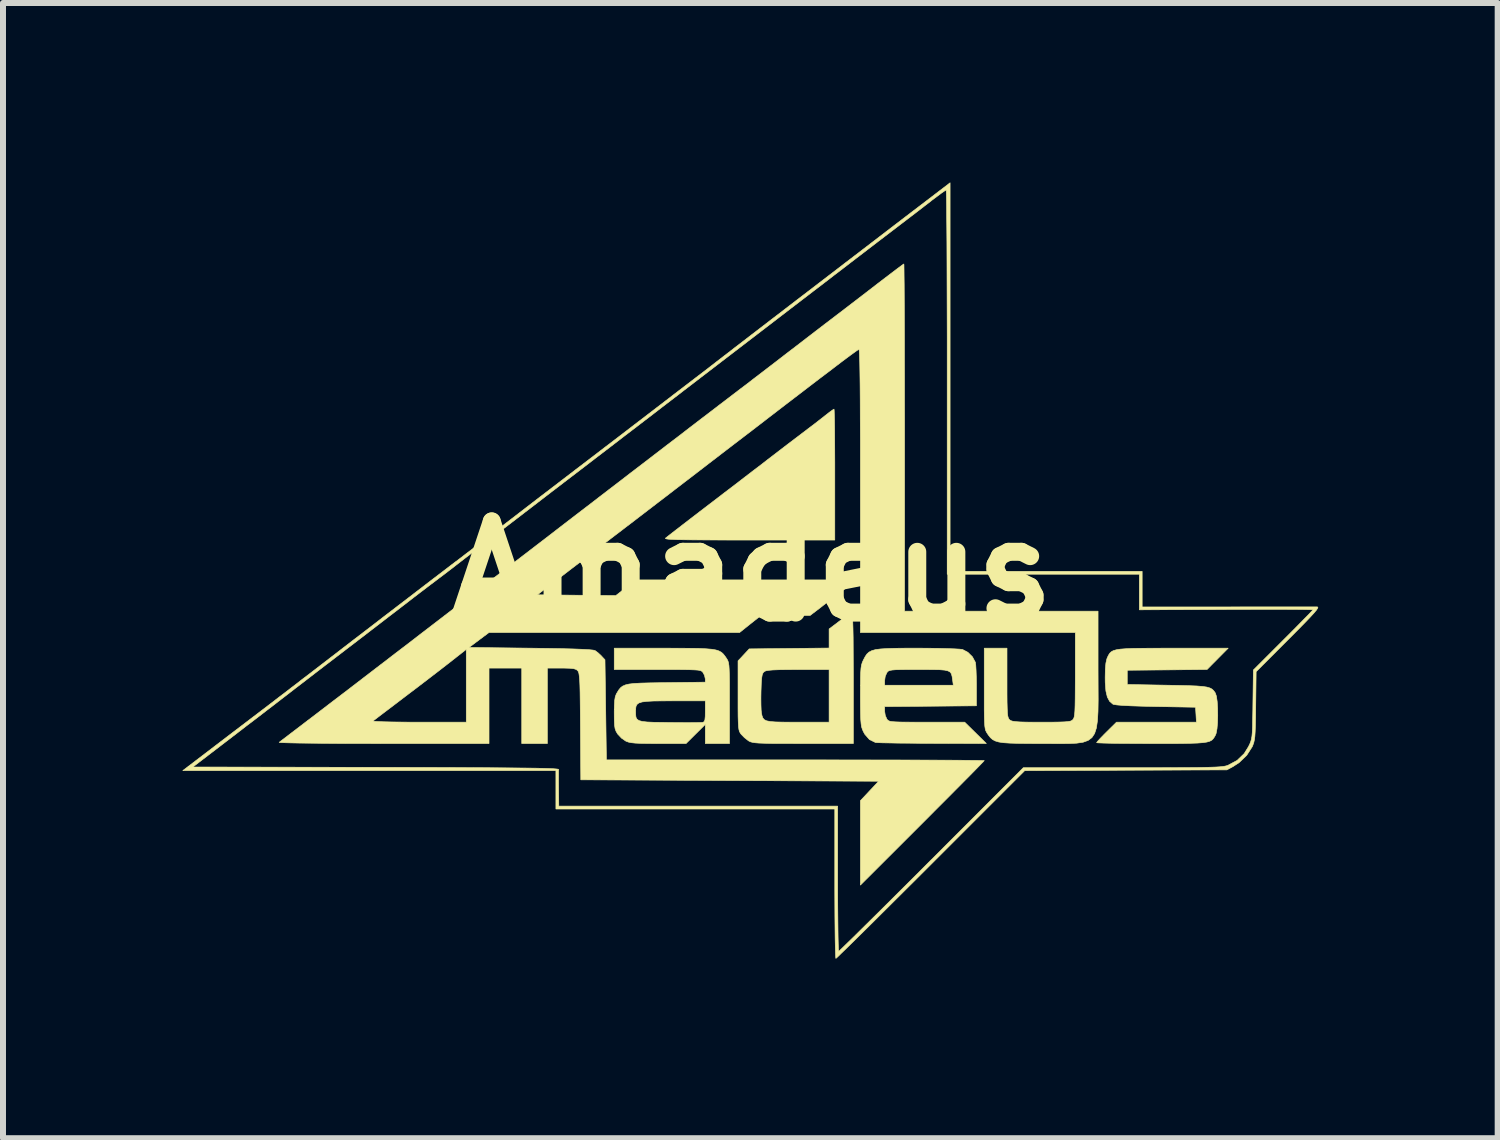
<source format=kicad_pcb>
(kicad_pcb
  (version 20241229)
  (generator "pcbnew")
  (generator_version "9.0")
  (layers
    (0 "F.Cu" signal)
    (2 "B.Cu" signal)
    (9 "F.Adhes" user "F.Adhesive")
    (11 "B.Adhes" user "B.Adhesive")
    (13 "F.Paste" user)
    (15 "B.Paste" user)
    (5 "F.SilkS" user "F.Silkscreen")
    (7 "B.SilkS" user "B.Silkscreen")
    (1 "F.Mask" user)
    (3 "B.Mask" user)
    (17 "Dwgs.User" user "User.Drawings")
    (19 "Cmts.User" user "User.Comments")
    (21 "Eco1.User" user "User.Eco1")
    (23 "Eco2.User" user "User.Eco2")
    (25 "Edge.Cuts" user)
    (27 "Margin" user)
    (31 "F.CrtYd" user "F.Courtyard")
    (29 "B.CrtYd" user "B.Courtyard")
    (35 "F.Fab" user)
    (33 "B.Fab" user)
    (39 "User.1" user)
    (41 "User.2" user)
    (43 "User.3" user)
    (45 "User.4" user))
  (footprint "Amadeus"
    (layer "F.Cu")
    (at 9.523 6.499)
    (property "Reference" "Amadeus" (at 0 0 0) (layer "F.SilkS") (effects (font (size 1.524 1.524) (thickness 0.3))))
    (attr through_hole)
    (fp_poly (pts (xy 1.369 -2.688) (xy 1.371 -2.622) (xy 1.374 -2.518) (xy 1.376 -2.381) (xy 1.377 -2.214) (xy 1.378 -2.024) (xy 1.379 -1.814) (xy 1.379 -1.617) (xy 1.379 -0.523) (xy -0.053 -0.523) (xy -0.354 -0.523) (xy -0.611 -0.524) (xy -0.827 -0.525) (xy -1.005 -0.526) (xy -1.148 -0.528) (xy -1.259 -0.53) (xy -1.342 -0.534) (xy -1.399 -0.537) (xy -1.434 -0.542) (xy -1.45 -0.548) (xy -1.451 -0.555) (xy -1.45 -0.555) (xy -1.424 -0.576) (xy -1.364 -0.623) (xy -1.275 -0.692) (xy -1.161 -0.78) (xy -1.026 -0.884) (xy -0.874 -1.001) (xy -0.709 -1.127) (xy -0.642 -1.178) (xy -0.465 -1.314) (xy -0.29 -1.447) (xy -0.125 -1.574) (xy 0.026 -1.69) (xy 0.158 -1.79) (xy 0.263 -1.872) (xy 0.338 -1.929) (xy 0.348 -1.937) (xy 0.455 -2.019) (xy 0.584 -2.118) (xy 0.717 -2.219) (xy 0.833 -2.307) (xy 0.943 -2.391) (xy 1.053 -2.474) (xy 1.149 -2.549) (xy 1.22 -2.605) (xy 1.227 -2.61) (xy 1.292 -2.661) (xy 1.342 -2.697) (xy 1.366 -2.711) (xy 1.366 -2.711) (xy 1.369 -2.688)) (stroke (width 0.01) (type solid)) (fill yes) (layer "F.SilkS"))
    (fp_poly (pts (xy 1.659 0.668) (xy 1.667 0.695) (xy 1.674 0.75) (xy 1.679 0.835) (xy 1.683 0.954) (xy 1.686 1.108) (xy 1.687 1.302) (xy 1.688 1.539) (xy 1.689 1.772) (xy 1.689 2.878) (xy 0.85 2.878) (xy 0.627 2.877) (xy 0.446 2.877) (xy 0.303 2.876) (xy 0.192 2.873) (xy 0.109 2.87) (xy 0.048 2.865) (xy 0.004 2.858) (xy -0.027 2.85) (xy -0.051 2.839) (xy -0.062 2.833) (xy -0.129 2.781) (xy -0.186 2.723) (xy -0.202 2.7) (xy -0.215 2.675) (xy -0.224 2.641) (xy -0.23 2.592) (xy -0.234 2.522) (xy -0.237 2.423) (xy -0.238 2.291) (xy -0.238 2.119) (xy -0.238 2.117) (xy 0.144 2.117) (xy 0.145 2.228) (xy 0.148 2.316) (xy 0.153 2.366) (xy 0.163 2.414) (xy 0.177 2.451) (xy 0.2 2.479) (xy 0.239 2.498) (xy 0.299 2.51) (xy 0.386 2.517) (xy 0.506 2.52) (xy 0.664 2.521) (xy 0.763 2.521) (xy 1.284 2.521) (xy 1.284 1.641) (xy 0.766 1.641) (xy 0.586 1.642) (xy 0.448 1.644) (xy 0.346 1.648) (xy 0.275 1.654) (xy 0.229 1.662) (xy 0.202 1.674) (xy 0.201 1.675) (xy 0.181 1.695) (xy 0.167 1.726) (xy 0.158 1.777) (xy 0.151 1.856) (xy 0.147 1.973) (xy 0.146 1.996) (xy 0.144 2.117) (xy -0.238 2.117) (xy -0.238 2.077) (xy -0.238 1.496) (xy -0.144 1.396) (xy -0.051 1.296) (xy 0.617 1.289) (xy 1.284 1.282) (xy 1.284 0.963) (xy 1.457 0.832) (xy 1.534 0.773) (xy 1.595 0.723) (xy 1.631 0.691) (xy 1.637 0.684) (xy 1.649 0.665) (xy 1.659 0.668)) (stroke (width 0.01) (type solid)) (fill yes) (layer "F.SilkS"))
    (fp_poly (pts (xy 7.601 1.64) (xy 6.934 1.647) (xy 6.267 1.653) (xy 6.267 1.891) (xy 6.933 1.903) (xy 7.139 1.907) (xy 7.302 1.911) (xy 7.43 1.916) (xy 7.526 1.924) (xy 7.596 1.934) (xy 7.647 1.949) (xy 7.683 1.968) (xy 7.71 1.993) (xy 7.733 2.024) (xy 7.738 2.032) (xy 7.757 2.086) (xy 7.77 2.175) (xy 7.777 2.286) (xy 7.779 2.408) (xy 7.776 2.527) (xy 7.767 2.631) (xy 7.752 2.709) (xy 7.743 2.733) (xy 7.724 2.768) (xy 7.704 2.797) (xy 7.68 2.821) (xy 7.646 2.839) (xy 7.598 2.853) (xy 7.531 2.863) (xy 7.441 2.87) (xy 7.323 2.874) (xy 7.173 2.877) (xy 6.985 2.878) (xy 6.756 2.878) (xy 6.672 2.878) (xy 6.468 2.877) (xy 6.281 2.876) (xy 6.114 2.875) (xy 5.973 2.873) (xy 5.863 2.87) (xy 5.789 2.867) (xy 5.756 2.864) (xy 5.755 2.863) (xy 5.771 2.841) (xy 5.814 2.794) (xy 5.876 2.73) (xy 5.921 2.685) (xy 6.087 2.521) (xy 7.423 2.521) (xy 7.416 2.396) (xy 7.408 2.271) (xy 6.742 2.259) (xy 6.514 2.254) (xy 6.331 2.248) (xy 6.192 2.241) (xy 6.096 2.233) (xy 6.039 2.224) (xy 6.026 2.219) (xy 5.972 2.172) (xy 5.934 2.101) (xy 5.91 1.999) (xy 5.899 1.859) (xy 5.898 1.772) (xy 5.901 1.634) (xy 5.91 1.534) (xy 5.926 1.463) (xy 5.937 1.435) (xy 5.955 1.399) (xy 5.974 1.369) (xy 5.999 1.345) (xy 6.035 1.325) (xy 6.084 1.311) (xy 6.153 1.3) (xy 6.246 1.293) (xy 6.367 1.288) (xy 6.52 1.286) (xy 6.71 1.285) (xy 6.942 1.284) (xy 7.032 1.284) (xy 7.954 1.284) (xy 7.601 1.64)) (stroke (width 0.01) (type solid)) (fill yes) (layer "F.SilkS"))
    (fp_poly (pts (xy 2.938 1.285) (xy 3.105 1.287) (xy 3.253 1.291) (xy 3.375 1.295) (xy 3.464 1.3) (xy 3.513 1.306) (xy 3.516 1.307) (xy 3.603 1.353) (xy 3.679 1.428) (xy 3.727 1.517) (xy 3.729 1.522) (xy 3.735 1.567) (xy 3.74 1.649) (xy 3.744 1.757) (xy 3.746 1.881) (xy 3.746 1.915) (xy 3.746 2.247) (xy 2.979 2.254) (xy 2.212 2.26) (xy 2.212 2.338) (xy 2.223 2.41) (xy 2.249 2.468) (xy 2.261 2.484) (xy 2.277 2.496) (xy 2.301 2.506) (xy 2.34 2.512) (xy 2.399 2.516) (xy 2.485 2.519) (xy 2.601 2.52) (xy 2.755 2.521) (xy 2.918 2.521) (xy 3.55 2.521) (xy 3.912 2.877) (xy 3.009 2.875) (xy 2.804 2.874) (xy 2.614 2.872) (xy 2.442 2.871) (xy 2.296 2.868) (xy 2.179 2.866) (xy 2.099 2.863) (xy 2.06 2.861) (xy 2.058 2.86) (xy 1.959 2.812) (xy 1.881 2.723) (xy 1.856 2.678) (xy 1.84 2.64) (xy 1.827 2.6) (xy 1.819 2.549) (xy 1.813 2.481) (xy 1.81 2.388) (xy 1.808 2.263) (xy 1.807 2.099) (xy 1.807 2.079) (xy 1.808 1.911) (xy 1.809 1.825) (xy 2.212 1.825) (xy 2.212 1.903) (xy 3.36 1.903) (xy 3.347 1.807) (xy 3.339 1.754) (xy 3.328 1.713) (xy 3.308 1.684) (xy 3.272 1.664) (xy 3.216 1.651) (xy 3.132 1.644) (xy 3.015 1.642) (xy 2.859 1.641) (xy 2.781 1.641) (xy 2.616 1.641) (xy 2.491 1.642) (xy 2.401 1.644) (xy 2.34 1.649) (xy 2.3 1.656) (xy 2.275 1.666) (xy 2.259 1.681) (xy 2.249 1.694) (xy 2.222 1.756) (xy 2.212 1.825) (xy 1.809 1.825) (xy 1.809 1.783) (xy 1.812 1.688) (xy 1.817 1.619) (xy 1.825 1.568) (xy 1.837 1.527) (xy 1.853 1.49) (xy 1.861 1.474) (xy 1.888 1.423) (xy 1.916 1.382) (xy 1.951 1.35) (xy 1.997 1.326) (xy 2.06 1.308) (xy 2.145 1.297) (xy 2.257 1.29) (xy 2.402 1.286) (xy 2.586 1.284) (xy 2.759 1.284) (xy 2.938 1.285)) (stroke (width 0.01) (type solid)) (fill yes) (layer "F.SilkS"))
    (fp_poly (pts (xy -1.48 1.284) (xy -1.245 1.285) (xy -1.052 1.286) (xy -0.896 1.288) (xy -0.774 1.294) (xy -0.679 1.302) (xy -0.608 1.314) (xy -0.554 1.332) (xy -0.514 1.354) (xy -0.483 1.383) (xy -0.455 1.419) (xy -0.435 1.448) (xy -0.419 1.473) (xy -0.406 1.499) (xy -0.397 1.532) (xy -0.39 1.577) (xy -0.386 1.641) (xy -0.383 1.729) (xy -0.381 1.847) (xy -0.381 2.001) (xy -0.381 2.196) (xy -0.381 2.878) (xy -0.785 2.878) (xy -0.785 2.558) (xy -0.946 2.718) (xy -1.107 2.878) (xy -1.57 2.878) (xy -1.736 2.877) (xy -1.862 2.875) (xy -1.954 2.871) (xy -2.021 2.864) (xy -2.07 2.854) (xy -2.107 2.84) (xy -2.116 2.836) (xy -2.186 2.787) (xy -2.247 2.722) (xy -2.253 2.714) (xy -2.277 2.673) (xy -2.293 2.629) (xy -2.302 2.57) (xy -2.306 2.487) (xy -2.307 2.369) (xy -2.307 2.339) (xy -1.95 2.339) (xy -1.949 2.396) (xy -1.944 2.439) (xy -1.927 2.471) (xy -1.894 2.494) (xy -1.839 2.509) (xy -1.757 2.518) (xy -1.642 2.523) (xy -1.487 2.525) (xy -1.379 2.527) (xy -1.226 2.528) (xy -1.087 2.529) (xy -0.97 2.528) (xy -0.883 2.527) (xy -0.833 2.525) (xy -0.826 2.524) (xy -0.805 2.512) (xy -0.792 2.482) (xy -0.786 2.423) (xy -0.785 2.34) (xy -0.785 2.164) (xy -1.315 2.164) (xy -1.505 2.165) (xy -1.653 2.167) (xy -1.764 2.173) (xy -1.843 2.183) (xy -1.896 2.2) (xy -1.928 2.225) (xy -1.944 2.259) (xy -1.95 2.303) (xy -1.95 2.339) (xy -2.307 2.339) (xy -2.305 2.245) (xy -2.3 2.158) (xy -2.29 2.097) (xy -2.273 2.051) (xy -2.26 2.029) (xy -2.232 1.983) (xy -2.203 1.947) (xy -2.169 1.92) (xy -2.123 1.899) (xy -2.061 1.884) (xy -1.976 1.874) (xy -1.864 1.868) (xy -1.717 1.864) (xy -1.531 1.861) (xy -1.434 1.86) (xy -0.785 1.852) (xy -0.785 1.799) (xy -0.798 1.739) (xy -0.822 1.694) (xy -0.833 1.679) (xy -0.848 1.667) (xy -0.87 1.658) (xy -0.906 1.651) (xy -0.961 1.647) (xy -1.04 1.644) (xy -1.147 1.642) (xy -1.289 1.641) (xy -1.471 1.641) (xy -1.583 1.641) (xy -2.307 1.641) (xy -2.307 1.284) (xy -1.48 1.284)) (stroke (width 0.01) (type solid)) (fill yes) (layer "F.SilkS"))
    (fp_poly (pts (xy 2.535 -5.114) (xy 2.536 -5.046) (xy 2.537 -4.936) (xy 2.539 -4.787) (xy 2.54 -4.603) (xy 2.541 -4.385) (xy 2.542 -4.137) (xy 2.543 -3.861) (xy 2.543 -3.561) (xy 2.544 -3.239) (xy 2.544 -2.899) (xy 2.545 -2.543) (xy 2.545 -2.236) (xy 2.545 0.666) (xy 5.779 0.666) (xy 5.779 1.649) (xy 5.78 1.923) (xy 5.781 2.153) (xy 5.778 2.343) (xy 5.769 2.496) (xy 5.751 2.618) (xy 5.721 2.711) (xy 5.676 2.779) (xy 5.613 2.826) (xy 5.529 2.856) (xy 5.421 2.872) (xy 5.287 2.878) (xy 5.123 2.879) (xy 4.927 2.878) (xy 4.828 2.878) (xy 4.613 2.877) (xy 4.44 2.875) (xy 4.303 2.871) (xy 4.198 2.864) (xy 4.119 2.852) (xy 4.059 2.834) (xy 4.015 2.81) (xy 3.98 2.779) (xy 3.948 2.739) (xy 3.931 2.714) (xy 3.915 2.689) (xy 3.902 2.663) (xy 3.893 2.63) (xy 3.886 2.585) (xy 3.882 2.521) (xy 3.879 2.433) (xy 3.877 2.315) (xy 3.877 2.161) (xy 3.877 1.966) (xy 3.877 1.284) (xy 4.257 1.284) (xy 4.257 1.863) (xy 4.257 2.045) (xy 4.258 2.186) (xy 4.261 2.29) (xy 4.264 2.365) (xy 4.27 2.416) (xy 4.279 2.449) (xy 4.29 2.47) (xy 4.301 2.482) (xy 4.321 2.495) (xy 4.353 2.505) (xy 4.403 2.512) (xy 4.477 2.517) (xy 4.581 2.52) (xy 4.723 2.521) (xy 4.832 2.521) (xy 4.998 2.521) (xy 5.122 2.519) (xy 5.213 2.516) (xy 5.275 2.511) (xy 5.316 2.504) (xy 5.341 2.493) (xy 5.359 2.478) (xy 5.359 2.477) (xy 5.371 2.46) (xy 5.38 2.434) (xy 5.387 2.392) (xy 5.392 2.33) (xy 5.395 2.243) (xy 5.397 2.126) (xy 5.398 1.972) (xy 5.399 1.777) (xy 5.399 1.728) (xy 5.399 1.023) (xy 1.807 1.023) (xy 1.807 -1.344) (xy 1.807 -1.789) (xy 1.807 -2.188) (xy 1.805 -2.542) (xy 1.804 -2.849) (xy 1.802 -3.109) (xy 1.799 -3.323) (xy 1.796 -3.491) (xy 1.792 -3.611) (xy 1.788 -3.684) (xy 1.784 -3.71) (xy 1.784 -3.71) (xy 1.776 -3.707) (xy 1.761 -3.698) (xy 1.736 -3.681) (xy 1.7 -3.655) (xy 1.65 -3.619) (xy 1.584 -3.57) (xy 1.501 -3.508) (xy 1.4 -3.431) (xy 1.277 -3.337) (xy 1.131 -3.227) (xy 0.961 -3.097) (xy 0.764 -2.946) (xy 0.539 -2.774) (xy 0.284 -2.578) (xy -0.003 -2.357) (xy -0.325 -2.111) (xy -0.682 -1.837) (xy -0.69 -1.831) (xy -0.925 -1.65) (xy -1.126 -1.496) (xy -1.297 -1.365) (xy -1.442 -1.253) (xy -1.564 -1.16) (xy -1.668 -1.08) (xy -1.757 -1.012) (xy -1.835 -0.952) (xy -1.906 -0.898) (xy -1.973 -0.846) (xy -2.041 -0.794) (xy -2.114 -0.739) (xy -2.164 -0.7) (xy -2.301 -0.596) (xy -2.454 -0.479) (xy -2.606 -0.362) (xy -2.741 -0.259) (xy -2.774 -0.234) (xy -2.905 -0.133) (xy -3.052 -0.021) (xy -3.196 0.09) (xy -3.321 0.185) (xy -3.328 0.19) (xy -3.592 0.392) (xy -2.937 0.399) (xy -2.281 0.405) (xy -2.113 0.274) (xy -1.945 0.143) (xy 1.742 0.143) (xy 1.519 0.314) (xy 1.41 0.398) (xy 1.293 0.487) (xy 1.187 0.568) (xy 1.132 0.611) (xy 0.967 0.737) (xy 0.146 0.737) (xy -0.034 0.88) (xy -0.213 1.023) (xy -4.401 1.023) (xy -4.568 1.148) (xy -4.734 1.272) (xy -3.705 1.284) (xy -3.422 1.288) (xy -3.185 1.292) (xy -2.992 1.297) (xy -2.841 1.303) (xy -2.731 1.309) (xy -2.661 1.316) (xy -2.628 1.324) (xy -2.628 1.324) (xy -2.579 1.36) (xy -2.524 1.411) (xy -2.521 1.415) (xy -2.462 1.478) (xy -2.45 2.315) (xy -2.438 3.151) (xy 0.719 3.151) (xy 1.103 3.151) (xy 1.473 3.152) (xy 1.827 3.152) (xy 2.162 3.153) (xy 2.475 3.153) (xy 2.764 3.154) (xy 3.026 3.155) (xy 3.258 3.156) (xy 3.458 3.157) (xy 3.622 3.159) (xy 3.747 3.16) (xy 3.832 3.161) (xy 3.873 3.163) (xy 3.877 3.163) (xy 3.86 3.182) (xy 3.813 3.231) (xy 3.738 3.308) (xy 3.638 3.41) (xy 3.516 3.533) (xy 3.374 3.676) (xy 3.216 3.835) (xy 3.044 4.007) (xy 2.862 4.19) (xy 2.842 4.21) (xy 1.807 5.244) (xy 1.807 3.833) (xy 1.96 3.67) (xy 2.112 3.508) (xy -0.377 3.496) (xy -2.866 3.484) (xy -2.872 2.594) (xy -2.874 2.362) (xy -2.876 2.172) (xy -2.878 2.022) (xy -2.881 1.904) (xy -2.885 1.816) (xy -2.891 1.753) (xy -2.897 1.709) (xy -2.905 1.681) (xy -2.915 1.664) (xy -2.917 1.66) (xy -2.943 1.64) (xy -2.983 1.627) (xy -3.046 1.62) (xy -3.144 1.617) (xy -3.191 1.617) (xy -3.425 1.617) (xy -3.425 2.878) (xy -3.853 2.878) (xy -3.853 1.617) (xy -4.4 1.617) (xy -4.4 2.878) (xy -6.164 2.878) (xy -6.449 2.877) (xy -6.718 2.877) (xy -6.97 2.876) (xy -7.199 2.874) (xy -7.402 2.872) (xy -7.576 2.87) (xy -7.717 2.867) (xy -7.822 2.864) (xy -7.886 2.861) (xy -7.907 2.858) (xy -7.907 2.858) (xy -7.881 2.837) (xy -7.824 2.794) (xy -7.743 2.732) (xy -7.645 2.657) (xy -7.575 2.604) (xy -7.467 2.521) (xy -7.44 2.501) (xy -6.337 2.501) (xy -6.32 2.506) (xy -6.26 2.51) (xy -6.163 2.514) (xy -6.035 2.517) (xy -5.881 2.519) (xy -5.705 2.521) (xy -5.57 2.521) (xy -4.78 2.521) (xy -4.78 1.304) (xy -4.929 1.421) (xy -5.055 1.52) (xy -5.212 1.642) (xy -5.393 1.781) (xy -5.59 1.932) (xy -5.796 2.088) (xy -5.969 2.22) (xy -6.081 2.305) (xy -6.18 2.38) (xy -6.26 2.441) (xy -6.315 2.483) (xy -6.337 2.501) (xy -7.44 2.501) (xy -7.331 2.418) (xy -7.177 2.3) (xy -7.014 2.175) (xy -6.851 2.051) (xy -6.754 1.977) (xy -6.607 1.864) (xy -6.461 1.752) (xy -6.324 1.647) (xy -6.203 1.554) (xy -6.107 1.481) (xy -6.053 1.439) (xy -5.966 1.372) (xy -5.853 1.286) (xy -5.726 1.189) (xy -5.598 1.09) (xy -5.541 1.046) (xy -5.318 0.875) (xy -5.098 0.706) (xy -4.888 0.545) (xy -4.693 0.396) (xy -4.519 0.263) (xy -4.372 0.15) (xy -4.269 0.072) (xy -4.213 0.029) (xy -4.16 -0.011) (xy -4.107 -0.051) (xy -4.05 -0.095) (xy -3.987 -0.143) (xy -3.914 -0.199) (xy -3.828 -0.265) (xy -3.726 -0.343) (xy -3.604 -0.437) (xy -3.459 -0.548) (xy -3.288 -0.68) (xy -3.088 -0.834) (xy -2.855 -1.013) (xy -2.699 -1.132) (xy -2.558 -1.241) (xy -2.398 -1.364) (xy -2.22 -1.5) (xy -2.031 -1.646) (xy -1.833 -1.797) (xy -1.63 -1.953) (xy -1.427 -2.109) (xy -1.226 -2.262) (xy -1.033 -2.411) (xy -0.85 -2.551) (xy -0.681 -2.68) (xy -0.531 -2.795) (xy -0.402 -2.893) (xy -0.3 -2.971) (xy -0.227 -3.027) (xy -0.189 -3.056) (xy -0.187 -3.057) (xy -0.154 -3.082) (xy -0.088 -3.132) (xy 0.006 -3.205) (xy 0.124 -3.295) (xy 0.261 -3.4) (xy 0.412 -3.516) (xy 0.571 -3.639) (xy 0.74 -3.768) (xy 0.906 -3.896) (xy 1.062 -4.016) (xy 1.204 -4.125) (xy 1.325 -4.217) (xy 1.419 -4.289) (xy 1.472 -4.329) (xy 1.554 -4.392) (xy 1.665 -4.477) (xy 1.794 -4.576) (xy 1.933 -4.683) (xy 2.072 -4.79) (xy 2.099 -4.811) (xy 2.222 -4.905) (xy 2.331 -4.988) (xy 2.422 -5.057) (xy 2.489 -5.107) (xy 2.527 -5.134) (xy 2.533 -5.137) (xy 2.535 -5.114)) (stroke (width 0.01) (type solid)) (fill yes) (layer "F.SilkS"))
    (fp_poly (pts (xy 3.306 0) (xy 6.516 0) (xy 6.516 0.595) (xy 7.949 0.595) (xy 8.208 0.594) (xy 8.453 0.594) (xy 8.681 0.594) (xy 8.887 0.594) (xy 9.067 0.594) (xy 9.217 0.594) (xy 9.333 0.594) (xy 9.409 0.594) (xy 9.442 0.594) (xy 9.453 0.599) (xy 9.45 0.615) (xy 9.43 0.646) (xy 9.389 0.695) (xy 9.325 0.765) (xy 9.236 0.858) (xy 9.118 0.978) (xy 8.969 1.128) (xy 8.961 1.136) (xy 8.421 1.677) (xy 8.414 2.247) (xy 8.412 2.429) (xy 8.409 2.57) (xy 8.405 2.676) (xy 8.4 2.756) (xy 8.392 2.815) (xy 8.382 2.861) (xy 8.368 2.901) (xy 8.355 2.932) (xy 8.264 3.074) (xy 8.137 3.196) (xy 8.033 3.264) (xy 7.932 3.318) (xy 6.242 3.324) (xy 4.553 3.331) (xy 2.984 4.9) (xy 2.757 5.127) (xy 2.54 5.343) (xy 2.334 5.548) (xy 2.143 5.738) (xy 1.968 5.912) (xy 1.812 6.066) (xy 1.677 6.199) (xy 1.566 6.308) (xy 1.481 6.39) (xy 1.425 6.445) (xy 1.399 6.468) (xy 1.397 6.469) (xy 1.394 6.446) (xy 1.391 6.38) (xy 1.388 6.275) (xy 1.385 6.135) (xy 1.383 5.966) (xy 1.381 5.771) (xy 1.38 5.555) (xy 1.379 5.322) (xy 1.379 5.22) (xy 1.379 3.972) (xy -3.282 3.972) (xy -3.282 3.33) (xy -9.518 3.33) (xy -9.439 3.27) (xy -9.35 3.27) (xy -6.291 3.276) (xy -5.831 3.277) (xy -5.416 3.278) (xy -5.044 3.279) (xy -4.714 3.281) (xy -4.424 3.282) (xy -4.171 3.284) (xy -3.953 3.286) (xy -3.768 3.288) (xy -3.615 3.29) (xy -3.491 3.293) (xy -3.394 3.296) (xy -3.322 3.299) (xy -3.273 3.303) (xy -3.245 3.307) (xy -3.236 3.312) (xy -3.236 3.312) (xy -3.238 3.346) (xy -3.238 3.417) (xy -3.238 3.516) (xy -3.237 3.63) (xy -3.237 3.633) (xy -3.234 3.924) (xy 1.427 3.924) (xy 1.427 5.137) (xy 1.427 5.372) (xy 1.428 5.592) (xy 1.43 5.793) (xy 1.432 5.97) (xy 1.434 6.118) (xy 1.437 6.233) (xy 1.44 6.312) (xy 1.444 6.348) (xy 1.445 6.35) (xy 1.464 6.334) (xy 1.514 6.286) (xy 1.593 6.209) (xy 1.699 6.106) (xy 1.828 5.978) (xy 1.979 5.829) (xy 2.15 5.66) (xy 2.337 5.474) (xy 2.539 5.273) (xy 2.753 5.06) (xy 2.976 4.836) (xy 2.997 4.816) (xy 4.53 3.282) (xy 6.189 3.282) (xy 6.513 3.282) (xy 6.793 3.282) (xy 7.033 3.281) (xy 7.235 3.28) (xy 7.404 3.279) (xy 7.542 3.277) (xy 7.653 3.274) (xy 7.741 3.271) (xy 7.809 3.267) (xy 7.861 3.262) (xy 7.899 3.256) (xy 7.928 3.249) (xy 7.949 3.242) (xy 8.103 3.16) (xy 8.222 3.045) (xy 8.293 2.93) (xy 8.314 2.887) (xy 8.33 2.848) (xy 8.342 2.806) (xy 8.351 2.755) (xy 8.357 2.687) (xy 8.361 2.596) (xy 8.363 2.475) (xy 8.366 2.316) (xy 8.367 2.222) (xy 8.375 1.649) (xy 8.872 1.152) (xy 8.998 1.026) (xy 9.112 0.911) (xy 9.21 0.811) (xy 9.289 0.731) (xy 9.343 0.674) (xy 9.369 0.645) (xy 9.37 0.642) (xy 9.347 0.64) (xy 9.281 0.639) (xy 9.175 0.637) (xy 9.033 0.636) (xy 8.861 0.635) (xy 8.661 0.635) (xy 8.438 0.635) (xy 8.196 0.636) (xy 7.939 0.636) (xy 7.92 0.637) (xy 6.469 0.643) (xy 6.469 0.048) (xy 3.258 0.048) (xy 3.258 -3.163) (xy 3.258 -3.55) (xy 3.258 -3.923) (xy 3.257 -4.28) (xy 3.256 -4.619) (xy 3.255 -4.936) (xy 3.254 -5.229) (xy 3.253 -5.494) (xy 3.251 -5.73) (xy 3.249 -5.934) (xy 3.248 -6.102) (xy 3.246 -6.232) (xy 3.244 -6.321) (xy 3.241 -6.367) (xy 3.24 -6.373) (xy 3.216 -6.359) (xy 3.162 -6.322) (xy 3.086 -6.265) (xy 2.995 -6.197) (xy 2.985 -6.188) (xy 2.882 -6.109) (xy 2.754 -6.01) (xy 2.614 -5.903) (xy 2.475 -5.797) (xy 2.402 -5.741) (xy 2.259 -5.632) (xy 2.098 -5.509) (xy 1.936 -5.385) (xy 1.789 -5.272) (xy 1.736 -5.232) (xy 1.64 -5.158) (xy 1.514 -5.061) (xy 1.363 -4.946) (xy 1.196 -4.817) (xy 1.019 -4.682) (xy 0.839 -4.544) (xy 0.702 -4.439) (xy 0.165 -4.027) (xy -0.341 -3.639) (xy -0.824 -3.269) (xy -1.15 -3.019) (xy -1.244 -2.946) (xy -1.367 -2.852) (xy -1.511 -2.742) (xy -1.665 -2.623) (xy -1.822 -2.503) (xy -1.926 -2.423) (xy -2.145 -2.256) (xy -2.376 -2.078) (xy -2.617 -1.894) (xy -2.863 -1.705) (xy -3.109 -1.517) (xy -3.352 -1.331) (xy -3.586 -1.151) (xy -3.809 -0.98) (xy -4.016 -0.821) (xy -4.202 -0.679) (xy -4.363 -0.555) (xy -4.496 -0.454) (xy -4.595 -0.378) (xy -4.602 -0.372) (xy -4.713 -0.287) (xy -4.812 -0.211) (xy -4.893 -0.148) (xy -4.949 -0.105) (xy -4.971 -0.088) (xy -5.002 -0.063) (xy -5.064 -0.016) (xy -5.146 0.047) (xy -5.242 0.119) (xy -5.256 0.13) (xy -5.382 0.225) (xy -5.525 0.334) (xy -5.665 0.441) (xy -5.755 0.511) (xy -5.831 0.569) (xy -5.938 0.652) (xy -6.072 0.754) (xy -6.225 0.872) (xy -6.393 1.001) (xy -6.57 1.137) (xy -6.749 1.274) (xy -6.778 1.296) (xy -6.953 1.43) (xy -7.123 1.56) (xy -7.282 1.682) (xy -7.426 1.793) (xy -7.548 1.887) (xy -7.645 1.961) (xy -7.71 2.012) (xy -7.721 2.02) (xy -7.779 2.065) (xy -7.869 2.134) (xy -7.986 2.225) (xy -8.125 2.331) (xy -8.279 2.45) (xy -8.445 2.576) (xy -8.615 2.707) (xy -8.62 2.711) (xy -9.35 3.27) (xy -9.439 3.27) (xy -8.713 2.716) (xy -8.533 2.579) (xy -8.357 2.445) (xy -8.19 2.318) (xy -8.038 2.202) (xy -7.907 2.101) (xy -7.8 2.02) (xy -7.725 1.962) (xy -7.706 1.947) (xy -7.628 1.888) (xy -7.519 1.803) (xy -7.382 1.699) (xy -7.225 1.578) (xy -7.052 1.445) (xy -6.869 1.304) (xy -6.682 1.16) (xy -6.495 1.017) (xy -6.315 0.879) (xy -6.148 0.75) (xy -5.997 0.635) (xy -5.922 0.577) (xy -5.787 0.474) (xy -5.64 0.361) (xy -5.494 0.249) (xy -5.366 0.151) (xy -5.331 0.124) (xy -5.222 0.041) (xy -5.117 -0.039) (xy -5.026 -0.109) (xy -4.959 -0.16) (xy -4.95 -0.166) (xy -4.913 -0.194) (xy -4.858 -0.236) (xy -4.783 -0.294) (xy -4.685 -0.368) (xy -4.563 -0.462) (xy -4.414 -0.577) (xy -4.236 -0.714) (xy -4.026 -0.875) (xy -3.782 -1.063) (xy -3.605 -1.199) (xy -3.543 -1.247) (xy -3.452 -1.316) (xy -3.345 -1.398) (xy -3.231 -1.485) (xy -3.187 -1.519) (xy -2.948 -1.702) (xy -2.703 -1.889) (xy -2.456 -2.078) (xy -2.211 -2.265) (xy -1.97 -2.45) (xy -1.736 -2.629) (xy -1.514 -2.799) (xy -1.306 -2.959) (xy -1.115 -3.105) (xy -0.944 -3.236) (xy -0.797 -3.348) (xy -0.678 -3.44) (xy -0.589 -3.509) (xy -0.533 -3.552) (xy -0.523 -3.56) (xy -0.475 -3.597) (xy -0.394 -3.659) (xy -0.286 -3.743) (xy -0.154 -3.844) (xy -0.005 -3.959) (xy 0.157 -4.083) (xy 0.327 -4.214) (xy 0.36 -4.239) (xy 0.548 -4.383) (xy 0.743 -4.533) (xy 0.938 -4.682) (xy 1.126 -4.826) (xy 1.297 -4.957) (xy 1.446 -5.071) (xy 1.547 -5.149) (xy 1.694 -5.261) (xy 1.848 -5.379) (xy 1.999 -5.495) (xy 2.135 -5.599) (xy 2.247 -5.685) (xy 2.262 -5.696) (xy 2.375 -5.783) (xy 2.514 -5.889) (xy 2.664 -6.004) (xy 2.815 -6.119) (xy 2.924 -6.202) (xy 3.306 -6.494) (xy 3.306 0)) (stroke (width 0.01) (type solid)) (fill yes) (layer "F.SilkS")))
  (gr_rect
    (start -3 -3)
    (end 21.981 15.973)
    (stroke (width 0.1) (type default))
    (fill no)
    (layer "Edge.Cuts")))
</source>
